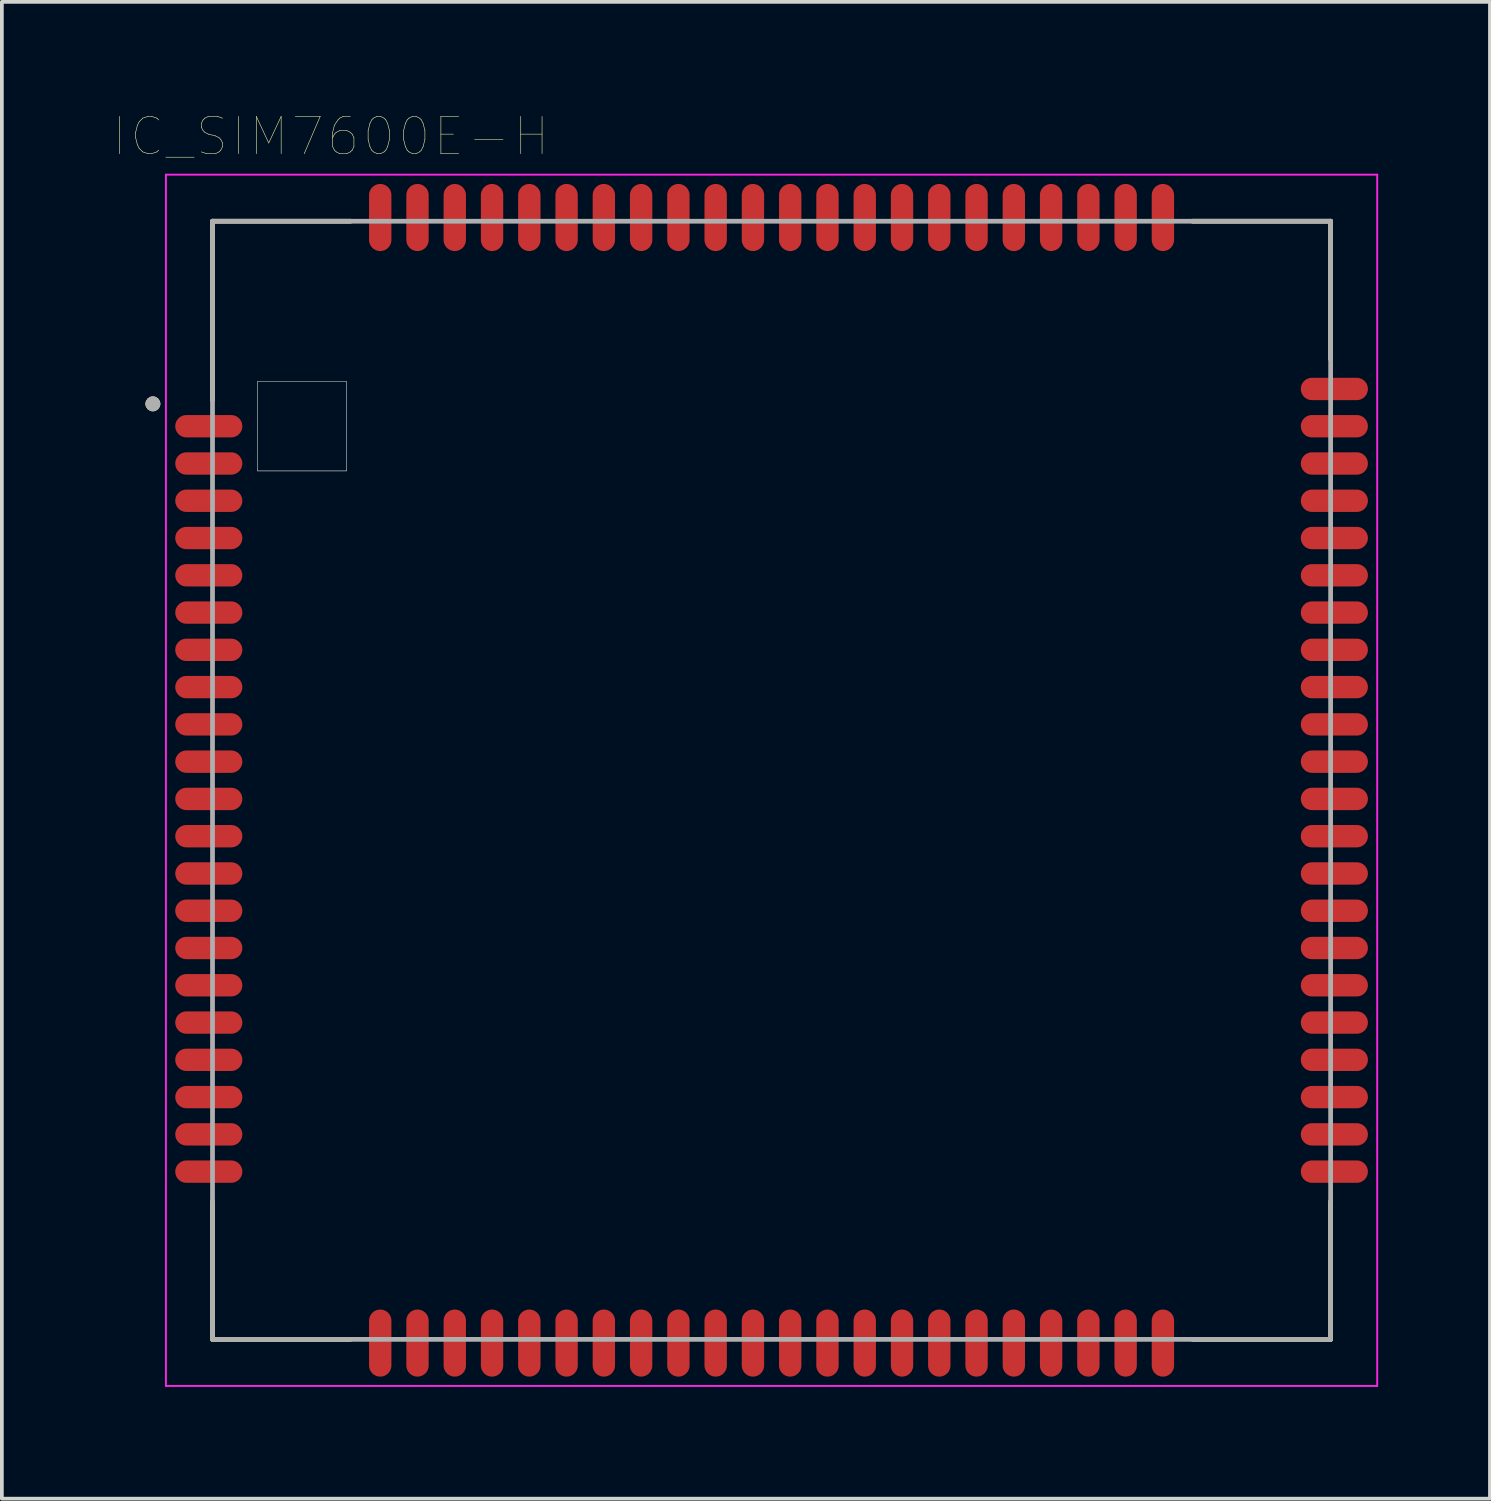
<source format=kicad_pcb>
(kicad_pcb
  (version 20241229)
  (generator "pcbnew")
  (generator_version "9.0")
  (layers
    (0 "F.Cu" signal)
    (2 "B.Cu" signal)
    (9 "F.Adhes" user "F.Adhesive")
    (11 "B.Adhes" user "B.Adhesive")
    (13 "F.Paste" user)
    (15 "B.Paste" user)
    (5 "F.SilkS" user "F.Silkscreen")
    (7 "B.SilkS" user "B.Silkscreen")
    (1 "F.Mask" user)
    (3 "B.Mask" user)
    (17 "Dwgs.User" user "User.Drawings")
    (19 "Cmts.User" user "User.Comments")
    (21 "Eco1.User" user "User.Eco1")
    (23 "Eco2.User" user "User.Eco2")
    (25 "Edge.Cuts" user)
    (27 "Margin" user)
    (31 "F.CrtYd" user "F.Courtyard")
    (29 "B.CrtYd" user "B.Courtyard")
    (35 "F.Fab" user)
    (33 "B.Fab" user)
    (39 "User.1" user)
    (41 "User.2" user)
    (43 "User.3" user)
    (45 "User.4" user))
  (footprint "IC_SIM7600E-H"
    (layer "F.Cu")
    (at 17.652 17.886)
    (property "Reference" "IC_SIM7600E-H" (at -11.825 -17.275 0) (layer "F.SilkS") (effects (font (size 1 1) (thickness 0.015))))
    (attr through_hole)
    (fp_line (start -15 -15) (end -11.3 -15) (stroke (width 0.127) (type solid)) (layer "F.SilkS"))
    (fp_line (start -15 -10.2) (end -15 -15) (stroke (width 0.127) (type solid)) (layer "F.SilkS"))
    (fp_line (start -15 15) (end -15 11.3) (stroke (width 0.127) (type solid)) (layer "F.SilkS"))
    (fp_line (start -11.3 15) (end -15 15) (stroke (width 0.127) (type solid)) (layer "F.SilkS"))
    (fp_line (start 11.3 -15) (end 15 -15) (stroke (width 0.127) (type solid)) (layer "F.SilkS"))
    (fp_line (start 15 -15) (end 15 -11.3) (stroke (width 0.127) (type solid)) (layer "F.SilkS"))
    (fp_line (start 15 11.3) (end 15 15) (stroke (width 0.127) (type solid)) (layer "F.SilkS"))
    (fp_line (start 15 15) (end 11.3 15) (stroke (width 0.127) (type solid)) (layer "F.SilkS"))
    (fp_circle (center -16.6 -10.1) (end -16.5 -10.1) (stroke (width 0.2) (type solid)) (fill no) (layer "F.SilkS"))
    (fp_poly (pts (xy -13.8 -10.7) (xy -11.4 -10.7) (xy -11.4 -8.3) (xy -13.8 -8.3)) (stroke (width 0.01) (type solid)) (fill no) (layer "Dwgs.User"))
    (fp_poly (pts (xy -13.8 -10.7) (xy -11.4 -10.7) (xy -11.4 -8.3) (xy -13.8 -8.3)) (stroke (width 0.01) (type solid)) (fill no) (layer "Dwgs.User"))
    (fp_line (start -16.25 -16.25) (end 16.25 -16.25) (stroke (width 0.05) (type solid)) (layer "F.CrtYd"))
    (fp_line (start -16.25 16.25) (end -16.25 -16.25) (stroke (width 0.05) (type solid)) (layer "F.CrtYd"))
    (fp_line (start 16.25 -16.25) (end 16.25 16.25) (stroke (width 0.05) (type solid)) (layer "F.CrtYd"))
    (fp_line (start 16.25 16.25) (end -16.25 16.25) (stroke (width 0.05) (type solid)) (layer "F.CrtYd"))
    (fp_line (start -15 -15) (end 15 -15) (stroke (width 0.127) (type solid)) (layer "F.Fab"))
    (fp_line (start -15 15) (end -15 -15) (stroke (width 0.127) (type solid)) (layer "F.Fab"))
    (fp_line (start 15 -15) (end 15 15) (stroke (width 0.127) (type solid)) (layer "F.Fab"))
    (fp_line (start 15 15) (end -15 15) (stroke (width 0.127) (type solid)) (layer "F.Fab"))
    (fp_circle (center -16.6 -10.1) (end -16.5 -10.1) (stroke (width 0.2) (type solid)) (fill no) (layer "F.Fab"))
    (pad "1" smd oval (at -15.1 -9.5) (size 1.8 0.6) (layers "F.Cu" "F.Mask" "F.Paste"))
    (pad "2" smd oval (at -15.1 -8.5) (size 1.8 0.6) (layers "F.Cu" "F.Mask" "F.Paste"))
    (pad "3" smd oval (at -15.1 -7.5) (size 1.8 0.6) (layers "F.Cu" "F.Mask" "F.Paste"))
    (pad "4" smd oval (at -15.1 -6.5) (size 1.8 0.6) (layers "F.Cu" "F.Mask" "F.Paste"))
    (pad "5" smd oval (at -15.1 -5.5) (size 1.8 0.6) (layers "F.Cu" "F.Mask" "F.Paste"))
    (pad "6" smd oval (at -15.1 -4.5) (size 1.8 0.6) (layers "F.Cu" "F.Mask" "F.Paste"))
    (pad "7" smd oval (at -15.1 -3.5) (size 1.8 0.6) (layers "F.Cu" "F.Mask" "F.Paste"))
    (pad "8" smd oval (at -15.1 -2.5) (size 1.8 0.6) (layers "F.Cu" "F.Mask" "F.Paste"))
    (pad "9" smd oval (at -15.1 -1.5) (size 1.8 0.6) (layers "F.Cu" "F.Mask" "F.Paste"))
    (pad "10" smd oval (at -15.1 -0.5) (size 1.8 0.6) (layers "F.Cu" "F.Mask" "F.Paste"))
    (pad "11" smd oval (at -15.1 0.5) (size 1.8 0.6) (layers "F.Cu" "F.Mask" "F.Paste"))
    (pad "12" smd oval (at -15.1 1.5) (size 1.8 0.6) (layers "F.Cu" "F.Mask" "F.Paste"))
    (pad "13" smd oval (at -15.1 2.5) (size 1.8 0.6) (layers "F.Cu" "F.Mask" "F.Paste"))
    (pad "14" smd oval (at -15.1 3.5) (size 1.8 0.6) (layers "F.Cu" "F.Mask" "F.Paste"))
    (pad "15" smd oval (at -15.1 4.5) (size 1.8 0.6) (layers "F.Cu" "F.Mask" "F.Paste"))
    (pad "16" smd oval (at -15.1 5.5) (size 1.8 0.6) (layers "F.Cu" "F.Mask" "F.Paste"))
    (pad "17" smd oval (at -15.1 6.5) (size 1.8 0.6) (layers "F.Cu" "F.Mask" "F.Paste"))
    (pad "18" smd oval (at -15.1 7.5) (size 1.8 0.6) (layers "F.Cu" "F.Mask" "F.Paste"))
    (pad "19" smd oval (at -15.1 8.5) (size 1.8 0.6) (layers "F.Cu" "F.Mask" "F.Paste"))
    (pad "20" smd oval (at -15.1 9.5) (size 1.8 0.6) (layers "F.Cu" "F.Mask" "F.Paste"))
    (pad "21" smd oval (at -9.5 15.1) (size 0.6 1.8) (layers "F.Cu" "F.Mask" "F.Paste"))
    (pad "22" smd oval (at -8.5 15.1) (size 0.6 1.8) (layers "F.Cu" "F.Mask" "F.Paste"))
    (pad "23" smd oval (at -7.5 15.1) (size 0.6 1.8) (layers "F.Cu" "F.Mask" "F.Paste"))
    (pad "24" smd oval (at -6.5 15.1) (size 0.6 1.8) (layers "F.Cu" "F.Mask" "F.Paste"))
    (pad "25" smd oval (at -5.5 15.1) (size 0.6 1.8) (layers "F.Cu" "F.Mask" "F.Paste"))
    (pad "26" smd oval (at -4.5 15.1) (size 0.6 1.8) (layers "F.Cu" "F.Mask" "F.Paste"))
    (pad "27" smd oval (at -3.5 15.1) (size 0.6 1.8) (layers "F.Cu" "F.Mask" "F.Paste"))
    (pad "28" smd oval (at -2.5 15.1) (size 0.6 1.8) (layers "F.Cu" "F.Mask" "F.Paste"))
    (pad "29" smd oval (at -1.5 15.1) (size 0.6 1.8) (layers "F.Cu" "F.Mask" "F.Paste"))
    (pad "30" smd oval (at -0.5 15.1) (size 0.6 1.8) (layers "F.Cu" "F.Mask" "F.Paste"))
    (pad "31" smd oval (at 0.5 15.1) (size 0.6 1.8) (layers "F.Cu" "F.Mask" "F.Paste"))
    (pad "32" smd oval (at 1.5 15.1) (size 0.6 1.8) (layers "F.Cu" "F.Mask" "F.Paste"))
    (pad "33" smd oval (at 2.5 15.1) (size 0.6 1.8) (layers "F.Cu" "F.Mask" "F.Paste"))
    (pad "34" smd oval (at 3.5 15.1) (size 0.6 1.8) (layers "F.Cu" "F.Mask" "F.Paste"))
    (pad "35" smd oval (at 4.5 15.1) (size 0.6 1.8) (layers "F.Cu" "F.Mask" "F.Paste"))
    (pad "36" smd oval (at 5.5 15.1) (size 0.6 1.8) (layers "F.Cu" "F.Mask" "F.Paste"))
    (pad "37" smd oval (at 6.5 15.1) (size 0.6 1.8) (layers "F.Cu" "F.Mask" "F.Paste"))
    (pad "38" smd oval (at 7.5 15.1) (size 0.6 1.8) (layers "F.Cu" "F.Mask" "F.Paste"))
    (pad "39" smd oval (at 8.5 15.1) (size 0.6 1.8) (layers "F.Cu" "F.Mask" "F.Paste"))
    (pad "40" smd oval (at 9.5 15.1) (size 0.6 1.8) (layers "F.Cu" "F.Mask" "F.Paste"))
    (pad "41" smd oval (at 15.1 9.5) (size 1.8 0.6) (layers "F.Cu" "F.Mask" "F.Paste"))
    (pad "42" smd oval (at 15.1 8.5) (size 1.8 0.6) (layers "F.Cu" "F.Mask" "F.Paste"))
    (pad "43" smd oval (at 15.1 7.5) (size 1.8 0.6) (layers "F.Cu" "F.Mask" "F.Paste"))
    (pad "44" smd oval (at 15.1 6.5) (size 1.8 0.6) (layers "F.Cu" "F.Mask" "F.Paste"))
    (pad "45" smd oval (at 15.1 5.5) (size 1.8 0.6) (layers "F.Cu" "F.Mask" "F.Paste"))
    (pad "46" smd oval (at 15.1 4.5) (size 1.8 0.6) (layers "F.Cu" "F.Mask" "F.Paste"))
    (pad "47" smd oval (at 15.1 3.5) (size 1.8 0.6) (layers "F.Cu" "F.Mask" "F.Paste"))
    (pad "48" smd oval (at 15.1 2.5) (size 1.8 0.6) (layers "F.Cu" "F.Mask" "F.Paste"))
    (pad "49" smd oval (at 15.1 1.5) (size 1.8 0.6) (layers "F.Cu" "F.Mask" "F.Paste"))
    (pad "50" smd oval (at 15.1 0.5) (size 1.8 0.6) (layers "F.Cu" "F.Mask" "F.Paste"))
    (pad "51" smd oval (at 15.1 -0.5) (size 1.8 0.6) (layers "F.Cu" "F.Mask" "F.Paste"))
    (pad "52" smd oval (at 15.1 -1.5) (size 1.8 0.6) (layers "F.Cu" "F.Mask" "F.Paste"))
    (pad "53" smd oval (at 15.1 -2.5) (size 1.8 0.6) (layers "F.Cu" "F.Mask" "F.Paste"))
    (pad "54" smd oval (at 15.1 -3.5) (size 1.8 0.6) (layers "F.Cu" "F.Mask" "F.Paste"))
    (pad "55" smd oval (at 15.1 -4.5) (size 1.8 0.6) (layers "F.Cu" "F.Mask" "F.Paste"))
    (pad "56" smd oval (at 15.1 -5.5) (size 1.8 0.6) (layers "F.Cu" "F.Mask" "F.Paste"))
    (pad "57" smd oval (at 15.1 -6.5) (size 1.8 0.6) (layers "F.Cu" "F.Mask" "F.Paste"))
    (pad "58" smd oval (at 15.1 -7.5) (size 1.8 0.6) (layers "F.Cu" "F.Mask" "F.Paste"))
    (pad "59" smd oval (at 15.1 -8.5) (size 1.8 0.6) (layers "F.Cu" "F.Mask" "F.Paste"))
    (pad "60" smd oval (at 15.1 -9.5) (size 1.8 0.6) (layers "F.Cu" "F.Mask" "F.Paste"))
    (pad "61" smd oval (at 9.5 -15.1) (size 0.6 1.8) (layers "F.Cu" "F.Mask" "F.Paste"))
    (pad "62" smd oval (at 8.5 -15.1) (size 0.6 1.8) (layers "F.Cu" "F.Mask" "F.Paste"))
    (pad "63" smd oval (at 7.5 -15.1) (size 0.6 1.8) (layers "F.Cu" "F.Mask" "F.Paste"))
    (pad "64" smd oval (at 6.5 -15.1) (size 0.6 1.8) (layers "F.Cu" "F.Mask" "F.Paste"))
    (pad "65" smd oval (at 5.5 -15.1) (size 0.6 1.8) (layers "F.Cu" "F.Mask" "F.Paste"))
    (pad "66" smd oval (at 4.5 -15.1) (size 0.6 1.8) (layers "F.Cu" "F.Mask" "F.Paste"))
    (pad "67" smd oval (at 3.5 -15.1) (size 0.6 1.8) (layers "F.Cu" "F.Mask" "F.Paste"))
    (pad "68" smd oval (at 2.5 -15.1) (size 0.6 1.8) (layers "F.Cu" "F.Mask" "F.Paste"))
    (pad "69" smd oval (at 1.5 -15.1) (size 0.6 1.8) (layers "F.Cu" "F.Mask" "F.Paste"))
    (pad "70" smd oval (at 0.5 -15.1) (size 0.6 1.8) (layers "F.Cu" "F.Mask" "F.Paste"))
    (pad "71" smd oval (at -0.5 -15.1) (size 0.6 1.8) (layers "F.Cu" "F.Mask" "F.Paste"))
    (pad "72" smd oval (at -1.5 -15.1) (size 0.6 1.8) (layers "F.Cu" "F.Mask" "F.Paste"))
    (pad "73" smd oval (at -2.5 -15.1) (size 0.6 1.8) (layers "F.Cu" "F.Mask" "F.Paste"))
    (pad "74" smd oval (at -3.5 -15.1) (size 0.6 1.8) (layers "F.Cu" "F.Mask" "F.Paste"))
    (pad "75" smd oval (at -4.5 -15.1) (size 0.6 1.8) (layers "F.Cu" "F.Mask" "F.Paste"))
    (pad "76" smd oval (at -5.5 -15.1) (size 0.6 1.8) (layers "F.Cu" "F.Mask" "F.Paste"))
    (pad "77" smd oval (at -6.5 -15.1) (size 0.6 1.8) (layers "F.Cu" "F.Mask" "F.Paste"))
    (pad "78" smd oval (at -7.5 -15.1) (size 0.6 1.8) (layers "F.Cu" "F.Mask" "F.Paste"))
    (pad "79" smd oval (at -8.5 -15.1) (size 0.6 1.8) (layers "F.Cu" "F.Mask" "F.Paste"))
    (pad "80" smd oval (at -9.5 -15.1) (size 0.6 1.8) (layers "F.Cu" "F.Mask" "F.Paste"))
    (pad "81" smd oval (at -15.1 10.5) (size 1.8 0.6) (layers "F.Cu" "F.Mask" "F.Paste"))
    (pad "82" smd oval (at 15.1 10.5) (size 1.8 0.6) (layers "F.Cu" "F.Mask" "F.Paste"))
    (pad "83" smd oval (at 10.5 15.1) (size 0.6 1.8) (layers "F.Cu" "F.Mask" "F.Paste"))
    (pad "84" smd oval (at -10.5 15.1) (size 0.6 1.8) (layers "F.Cu" "F.Mask" "F.Paste"))
    (pad "85" smd oval (at 15.1 -10.5) (size 1.8 0.6) (layers "F.Cu" "F.Mask" "F.Paste"))
    (pad "86" smd oval (at -10.5 -15.1) (size 0.6 1.8) (layers "F.Cu" "F.Mask" "F.Paste"))
    (pad "87" smd oval (at 10.5 -15.1) (size 0.6 1.8) (layers "F.Cu" "F.Mask" "F.Paste")))
  (gr_rect
    (start -3 -3)
    (end 36.927 37.161)
    (stroke (width 0.1) (type default))
    (fill no)
    (layer "Edge.Cuts")))
</source>
